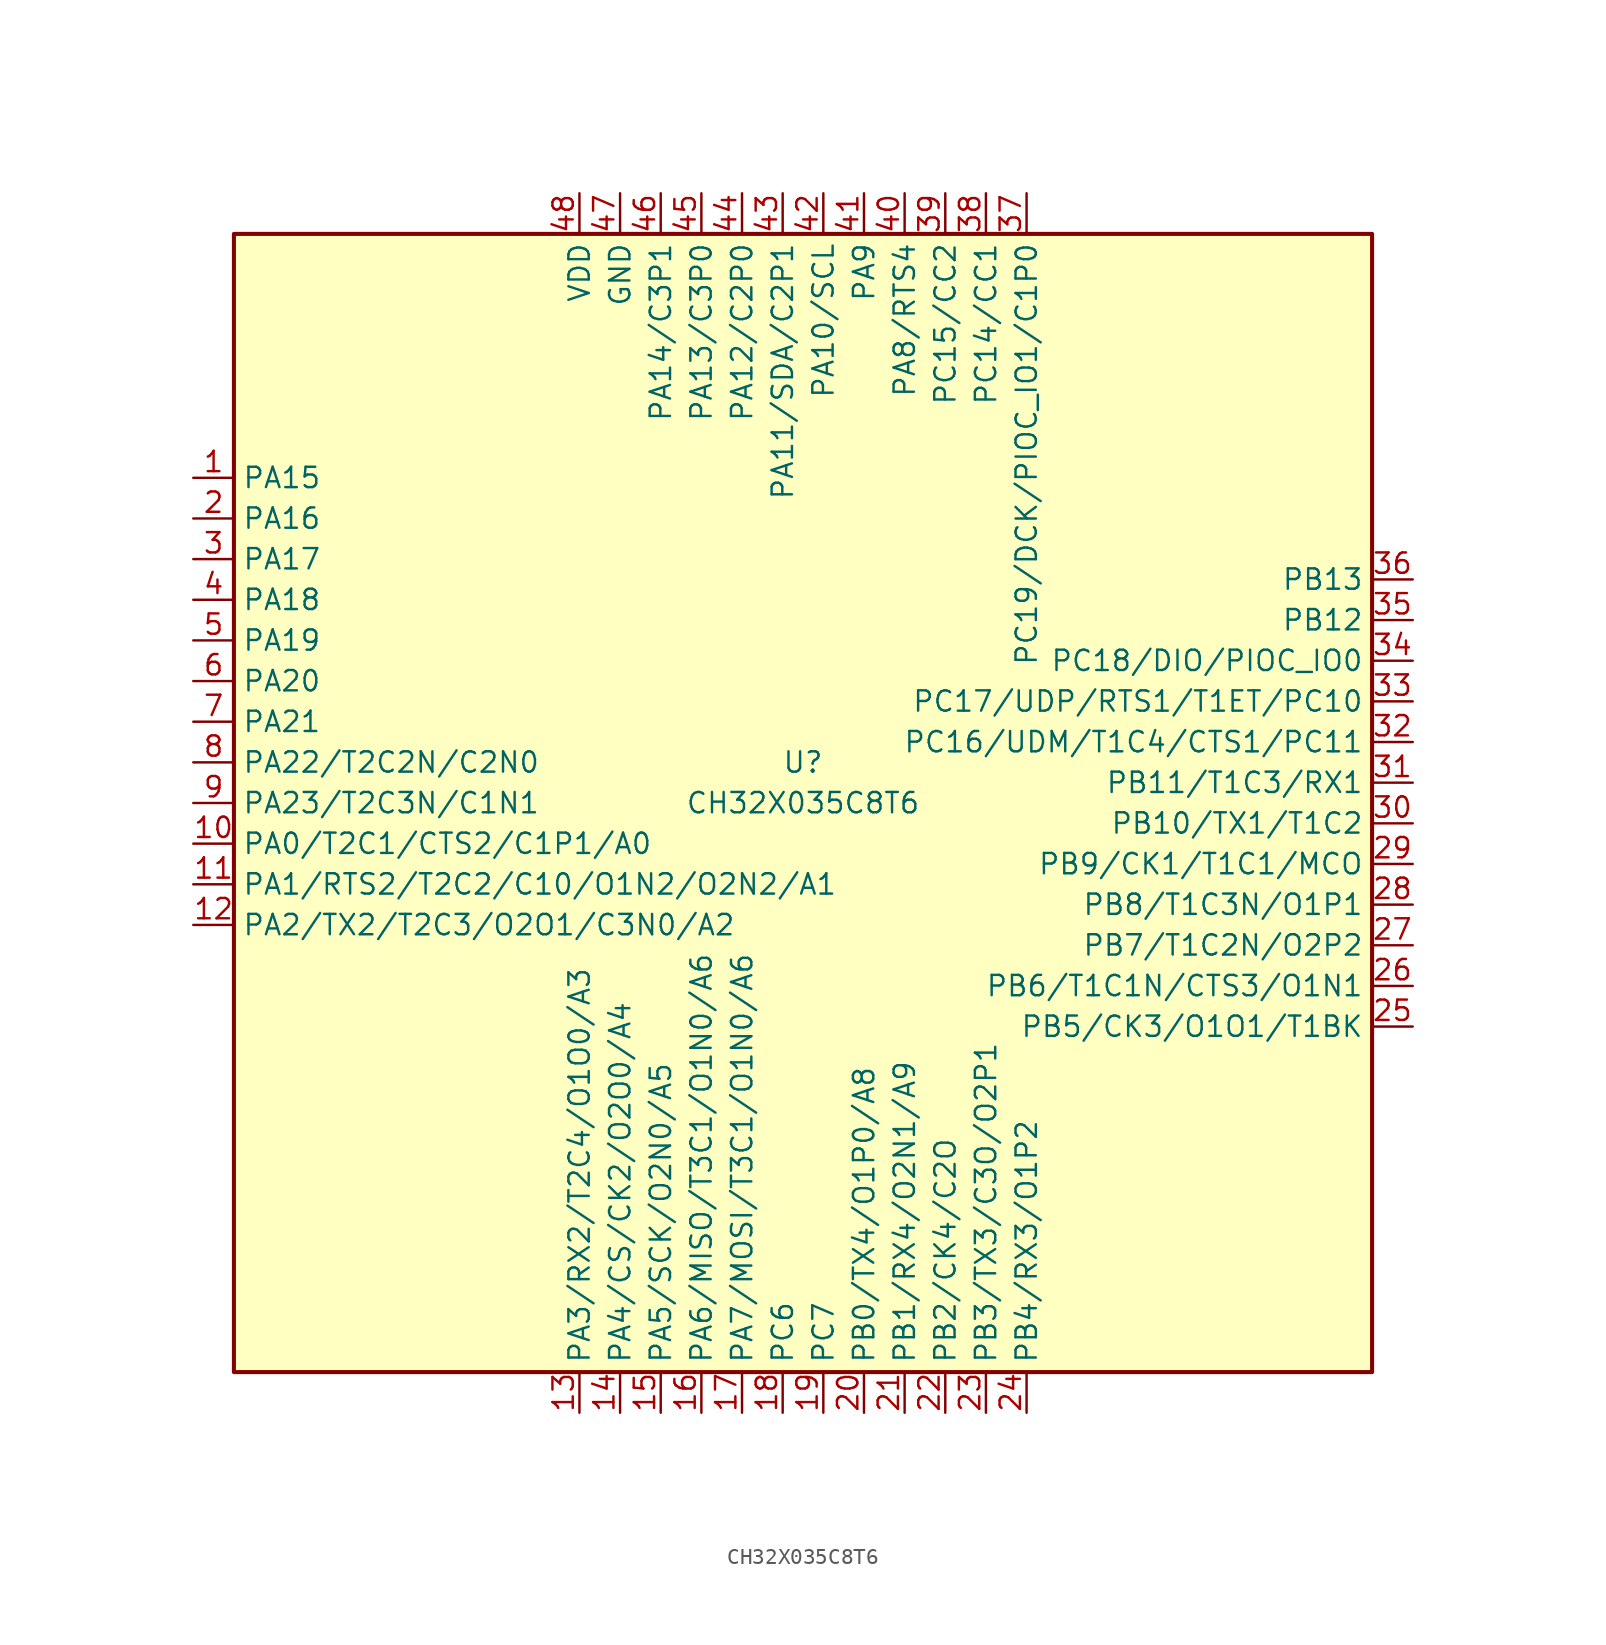
<source format=kicad_sym>
(kicad_symbol_lib
  (version 20241209)
  (generator "kicad_symbol_editor")
  (generator_version "9.0")
  (symbol "CH32X035C8T6"
    (property "Reference" "U"
      (at 0 2.54 0)
      (effects (font (size 1.27 1.27))))
    (property "Value" "CH32X035C8T6"
      (at 0 0 0)
      (effects (font (size 1.27 1.27))))
    (symbol "CH32X035C8T6_0_0"
      (pin bidirectional line (at -38.1 10.16 0) (length 2.54) (name "PA19" (effects (font (size 1.27 1.27)))) (number "5" (effects (font (size 1.27 1.27)))))
      (pin bidirectional line (at -38.1 7.62 0) (length 2.54) (name "PA20" (effects (font (size 1.27 1.27)))) (number "6" (effects (font (size 1.27 1.27)))))
      (pin bidirectional line (at -38.1 5.08 0) (length 2.54) (name "PA21" (effects (font (size 1.27 1.27)))) (number "7" (effects (font (size 1.27 1.27))))))
    (symbol "CH32X035C8T6_1_0"
      (pin bidirectional line (at -38.1 20.32 0) (length 2.54) (name "PA15" (effects (font (size 1.27 1.27)))) (number "1" (effects (font (size 1.27 1.27)))))
      (pin bidirectional line (at -38.1 17.78 0) (length 2.54) (name "PA16" (effects (font (size 1.27 1.27)))) (number "2" (effects (font (size 1.27 1.27)))))
      (pin bidirectional line (at -38.1 15.24 0) (length 2.54) (name "PA17" (effects (font (size 1.27 1.27)))) (number "3" (effects (font (size 1.27 1.27)))))
      (pin bidirectional line (at -38.1 12.7 0) (length 2.54) (name "PA18" (effects (font (size 1.27 1.27)))) (number "4" (effects (font (size 1.27 1.27)))))
      (pin bidirectional line (at -38.1 2.54 0) (length 2.54) (name "PA22/T2C2N/C2N0" (effects (font (size 1.27 1.27)))) (number "8" (effects (font (size 1.27 1.27)))))
      (pin bidirectional line (at -38.1 0 0) (length 2.54) (name "PA23/T2C3N/C1N1" (effects (font (size 1.27 1.27)))) (number "9" (effects (font (size 1.27 1.27)))))
      (pin bidirectional line (at -38.1 -2.54 0) (length 2.54) (name "PA0/T2C1/CTS2/C1P1/A0" (effects (font (size 1.27 1.27)))) (number "10" (effects (font (size 1.27 1.27)))))
      (pin bidirectional line (at -38.1 -5.08 0) (length 2.54) (name "PA1/RTS2/T2C2/C10/O1N2/O2N2/A1" (effects (font (size 1.27 1.27)))) (number "11" (effects (font (size 1.27 1.27)))))
      (pin bidirectional line (at -38.1 -7.62 0) (length 2.54) (name "PA2/TX2/T2C3/O2O1/C3N0/A2" (effects (font (size 1.27 1.27)))) (number "12" (effects (font (size 1.27 1.27)))))
      (pin power_in line (at -13.97 38.1 270) (length 2.54) (name "VDD" (effects (font (size 1.27 1.27)))) (number "48" (effects (font (size 1.27 1.27)))))
      (pin bidirectional line (at -13.97 -38.1 90) (length 2.54) (name "PA3/RX2/T2C4/O1O0/A3" (effects (font (size 1.27 1.27)))) (number "13" (effects (font (size 1.27 1.27)))))
      (pin power_in line (at -11.43 38.1 270) (length 2.54) (name "GND" (effects (font (size 1.27 1.27)))) (number "47" (effects (font (size 1.27 1.27)))))
      (pin bidirectional line (at -11.43 -38.1 90) (length 2.54) (name "PA4/CS/CK2/O2O0/A4" (effects (font (size 1.27 1.27)))) (number "14" (effects (font (size 1.27 1.27)))))
      (pin bidirectional line (at -8.89 38.1 270) (length 2.54) (name "PA14/C3P1" (effects (font (size 1.27 1.27)))) (number "46" (effects (font (size 1.27 1.27)))))
      (pin bidirectional line (at -8.89 -38.1 90) (length 2.54) (name "PA5/SCK/O2N0/A5" (effects (font (size 1.27 1.27)))) (number "15" (effects (font (size 1.27 1.27)))))
      (pin bidirectional line (at -6.35 38.1 270) (length 2.54) (name "PA13/C3P0" (effects (font (size 1.27 1.27)))) (number "45" (effects (font (size 1.27 1.27)))))
      (pin bidirectional line (at -6.35 -38.1 90) (length 2.54) (name "PA6/MISO/T3C1/O1N0/A6" (effects (font (size 1.27 1.27)))) (number "16" (effects (font (size 1.27 1.27)))))
      (pin bidirectional line (at -3.81 38.1 270) (length 2.54) (name "PA12/C2P0" (effects (font (size 1.27 1.27)))) (number "44" (effects (font (size 1.27 1.27)))))
      (pin bidirectional line (at -3.81 -38.1 90) (length 2.54) (name "PA7/MOSI/T3C1/O1N0/A6" (effects (font (size 1.27 1.27)))) (number "17" (effects (font (size 1.27 1.27)))))
      (pin bidirectional line (at -1.27 38.1 270) (length 2.54) (name "PA11/SDA/C2P1" (effects (font (size 1.27 1.27)))) (number "43" (effects (font (size 1.27 1.27)))))
      (pin bidirectional line (at -1.27 -38.1 90) (length 2.54) (name "PC6" (effects (font (size 1.27 1.27)))) (number "18" (effects (font (size 1.27 1.27)))))
      (pin bidirectional line (at 1.27 38.1 270) (length 2.54) (name "PA10/SCL" (effects (font (size 1.27 1.27)))) (number "42" (effects (font (size 1.27 1.27)))))
      (pin bidirectional line (at 1.27 -38.1 90) (length 2.54) (name "PC7" (effects (font (size 1.27 1.27)))) (number "19" (effects (font (size 1.27 1.27)))))
      (pin bidirectional line (at 3.81 38.1 270) (length 2.54) (name "PA9" (effects (font (size 1.27 1.27)))) (number "41" (effects (font (size 1.27 1.27)))))
      (pin bidirectional line (at 3.81 -38.1 90) (length 2.54) (name "PB0/TX4/O1P0/A8" (effects (font (size 1.27 1.27)))) (number "20" (effects (font (size 1.27 1.27)))))
      (pin bidirectional line (at 6.35 38.1 270) (length 2.54) (name "PA8/RTS4" (effects (font (size 1.27 1.27)))) (number "40" (effects (font (size 1.27 1.27)))))
      (pin bidirectional line (at 6.35 -38.1 90) (length 2.54) (name "PB1/RX4/O2N1/A9" (effects (font (size 1.27 1.27)))) (number "21" (effects (font (size 1.27 1.27)))))
      (pin bidirectional line (at 8.89 38.1 270) (length 2.54) (name "PC15/CC2" (effects (font (size 1.27 1.27)))) (number "39" (effects (font (size 1.27 1.27)))))
      (pin bidirectional line (at 8.89 -38.1 90) (length 2.54) (name "PB2/CK4/C2O" (effects (font (size 1.27 1.27)))) (number "22" (effects (font (size 1.27 1.27)))))
      (pin bidirectional line (at 11.43 38.1 270) (length 2.54) (name "PC14/CC1" (effects (font (size 1.27 1.27)))) (number "38" (effects (font (size 1.27 1.27)))))
      (pin bidirectional line (at 11.43 -38.1 90) (length 2.54) (name "PB3/TX3/C3O/O2P1" (effects (font (size 1.27 1.27)))) (number "23" (effects (font (size 1.27 1.27)))))
      (pin bidirectional line (at 13.97 38.1 270) (length 2.54) (name "PC19/DCK/PIOC_IO1/C1P0" (effects (font (size 1.27 1.27)))) (number "37" (effects (font (size 1.27 1.27)))))
      (pin bidirectional line (at 13.97 -38.1 90) (length 2.54) (name "PB4/RX3/O1P2" (effects (font (size 1.27 1.27)))) (number "24" (effects (font (size 1.27 1.27)))))
      (pin bidirectional line (at 38.1 13.97 180) (length 2.54) (name "PB13" (effects (font (size 1.27 1.27)))) (number "36" (effects (font (size 1.27 1.27)))))
      (pin bidirectional line (at 38.1 11.43 180) (length 2.54) (name "PB12" (effects (font (size 1.27 1.27)))) (number "35" (effects (font (size 1.27 1.27)))))
      (pin bidirectional line (at 38.1 8.89 180) (length 2.54) (name "PC18/DIO/PIOC_IO0" (effects (font (size 1.27 1.27)))) (number "34" (effects (font (size 1.27 1.27)))))
      (pin bidirectional line (at 38.1 6.35 180) (length 2.54) (name "PC17/UDP/RTS1/T1ET/PC10" (effects (font (size 1.27 1.27)))) (number "33" (effects (font (size 1.27 1.27)))))
      (pin bidirectional line (at 38.1 3.81 180) (length 2.54) (name "PC16/UDM/T1C4/CTS1/PC11" (effects (font (size 1.27 1.27)))) (number "32" (effects (font (size 1.27 1.27)))))
      (pin bidirectional line (at 38.1 1.27 180) (length 2.54) (name "PB11/T1C3/RX1" (effects (font (size 1.27 1.27)))) (number "31" (effects (font (size 1.27 1.27)))))
      (pin bidirectional line (at 38.1 -1.27 180) (length 2.54) (name "PB10/TX1/T1C2" (effects (font (size 1.27 1.27)))) (number "30" (effects (font (size 1.27 1.27)))))
      (pin bidirectional line (at 38.1 -3.81 180) (length 2.54) (name "PB9/CK1/T1C1/MCO" (effects (font (size 1.27 1.27)))) (number "29" (effects (font (size 1.27 1.27)))))
      (pin bidirectional line (at 38.1 -6.35 180) (length 2.54) (name "PB8/T1C3N/O1P1" (effects (font (size 1.27 1.27)))) (number "28" (effects (font (size 1.27 1.27)))))
      (pin bidirectional line (at 38.1 -8.89 180) (length 2.54) (name "PB7/T1C2N/O2P2" (effects (font (size 1.27 1.27)))) (number "27" (effects (font (size 1.27 1.27)))))
      (pin bidirectional line (at 38.1 -11.43 180) (length 2.54) (name "PB6/T1C1N/CTS3/O1N1" (effects (font (size 1.27 1.27)))) (number "26" (effects (font (size 1.27 1.27)))))
      (pin bidirectional line (at 38.1 -13.97 180) (length 2.54) (name "PB5/CK3/O1O1/T1BK" (effects (font (size 1.27 1.27)))) (number "25" (effects (font (size 1.27 1.27))))))
    (symbol "CH32X035C8T6_1_1"
      (rectangle (start -35.56 35.56) (end 35.56 -35.56) (stroke (width 0.254) (type default)) (fill (type background))))))
</source>
